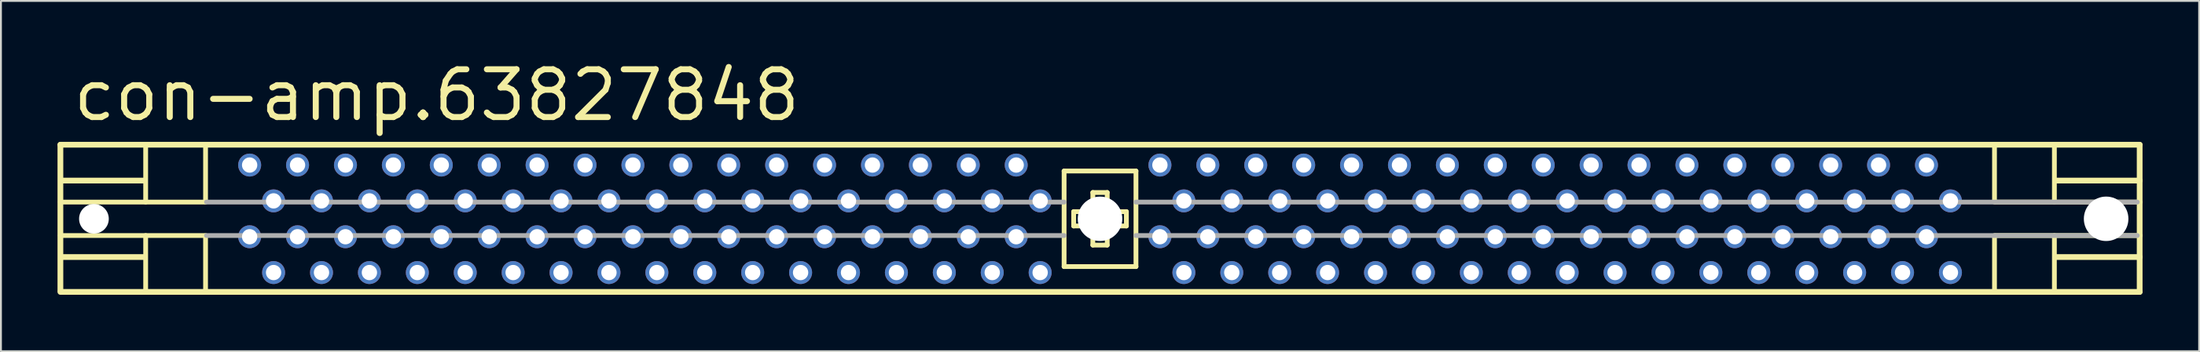
<source format=kicad_pcb>
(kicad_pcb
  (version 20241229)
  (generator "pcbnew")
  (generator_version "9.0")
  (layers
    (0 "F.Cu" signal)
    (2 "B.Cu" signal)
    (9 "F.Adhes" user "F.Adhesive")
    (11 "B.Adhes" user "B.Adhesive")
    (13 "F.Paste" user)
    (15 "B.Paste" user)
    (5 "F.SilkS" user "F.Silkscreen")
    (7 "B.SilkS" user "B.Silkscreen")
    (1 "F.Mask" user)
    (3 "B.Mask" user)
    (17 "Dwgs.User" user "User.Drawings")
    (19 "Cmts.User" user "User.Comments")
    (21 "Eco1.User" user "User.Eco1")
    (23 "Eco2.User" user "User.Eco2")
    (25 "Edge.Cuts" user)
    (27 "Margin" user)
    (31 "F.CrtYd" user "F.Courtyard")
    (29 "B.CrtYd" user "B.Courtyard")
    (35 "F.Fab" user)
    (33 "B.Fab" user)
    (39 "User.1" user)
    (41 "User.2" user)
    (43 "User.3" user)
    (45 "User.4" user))
  (footprint "con-amp.63827848"
    (layer "F.Cu")
    (at 55.27 8.58)
    (property "Reference" "con-amp.63827848" (at -54.61 -5.08 0) (layer "F.SilkS") (effects (font (size 2.54 2.54) (thickness 0.32)) (justify left bottom)))
    (attr through_hole)
    (fp_line (start -55.118 -3.937) (end -55.118 3.81) (stroke (width 0.305) (type default)) (layer "F.SilkS"))
    (fp_line (start -55.118 -3.937) (end 55.118 -3.937) (stroke (width 0.305) (type default)) (layer "F.SilkS"))
    (fp_line (start -55.118 -0.889) (end -47.498 -0.889) (stroke (width 0.254) (type default)) (layer "F.SilkS"))
    (fp_line (start -55.118 0.889) (end -47.498 0.889) (stroke (width 0.254) (type default)) (layer "F.SilkS"))
    (fp_line (start -54.991 -2.032) (end -50.673 -2.032) (stroke (width 0.305) (type default)) (layer "F.SilkS"))
    (fp_line (start -54.991 2.032) (end -50.673 2.032) (stroke (width 0.305) (type default)) (layer "F.SilkS"))
    (fp_line (start -50.597 -3.861) (end -50.597 -0.889) (stroke (width 0.254) (type default)) (layer "F.SilkS"))
    (fp_line (start -50.597 0.889) (end -50.597 3.81) (stroke (width 0.254) (type default)) (layer "F.SilkS"))
    (fp_line (start -47.422 -3.861) (end -47.422 -0.889) (stroke (width 0.254) (type default)) (layer "F.SilkS"))
    (fp_line (start -47.422 0.889) (end -47.422 3.81) (stroke (width 0.254) (type default)) (layer "F.SilkS"))
    (fp_line (start -1.905 -2.54) (end -1.905 2.54) (stroke (width 0.254) (type default)) (layer "F.SilkS"))
    (fp_line (start -1.905 2.54) (end 1.905 2.54) (stroke (width 0.254) (type default)) (layer "F.SilkS"))
    (fp_line (start -1.397 -0.381) (end -1.397 0.381) (stroke (width 0.254) (type default)) (layer "F.SilkS"))
    (fp_line (start -1.397 0.381) (end -0.381 0.381) (stroke (width 0.254) (type default)) (layer "F.SilkS"))
    (fp_line (start -0.381 -1.397) (end -0.381 -0.381) (stroke (width 0.254) (type default)) (layer "F.SilkS"))
    (fp_line (start -0.381 -0.381) (end -1.397 -0.381) (stroke (width 0.254) (type default)) (layer "F.SilkS"))
    (fp_line (start -0.381 0.381) (end -0.381 1.397) (stroke (width 0.254) (type default)) (layer "F.SilkS"))
    (fp_line (start -0.381 1.397) (end 0.381 1.397) (stroke (width 0.254) (type default)) (layer "F.SilkS"))
    (fp_line (start 0.381 -1.397) (end -0.381 -1.397) (stroke (width 0.254) (type default)) (layer "F.SilkS"))
    (fp_line (start 0.381 -0.381) (end 0.381 -1.397) (stroke (width 0.254) (type default)) (layer "F.SilkS"))
    (fp_line (start 0.381 0.381) (end 1.397 0.381) (stroke (width 0.254) (type default)) (layer "F.SilkS"))
    (fp_line (start 0.381 1.397) (end 0.381 0.381) (stroke (width 0.254) (type default)) (layer "F.SilkS"))
    (fp_line (start 1.397 -0.381) (end 0.381 -0.381) (stroke (width 0.254) (type default)) (layer "F.SilkS"))
    (fp_line (start 1.397 0.381) (end 1.397 -0.381) (stroke (width 0.254) (type default)) (layer "F.SilkS"))
    (fp_line (start 1.905 -2.54) (end -1.905 -2.54) (stroke (width 0.254) (type default)) (layer "F.SilkS"))
    (fp_line (start 1.905 2.54) (end 1.905 -2.54) (stroke (width 0.254) (type default)) (layer "F.SilkS"))
    (fp_line (start 47.422 -3.861) (end 47.422 -0.889) (stroke (width 0.254) (type default)) (layer "F.SilkS"))
    (fp_line (start 47.422 0.889) (end 47.422 3.81) (stroke (width 0.254) (type default)) (layer "F.SilkS"))
    (fp_line (start 50.597 -3.861) (end 50.597 -0.889) (stroke (width 0.254) (type default)) (layer "F.SilkS"))
    (fp_line (start 50.597 0.889) (end 50.597 3.81) (stroke (width 0.254) (type default)) (layer "F.SilkS"))
    (fp_line (start 55.118 -3.937) (end 55.118 -2.032) (stroke (width 0.305) (type default)) (layer "F.SilkS"))
    (fp_line (start 55.118 -2.032) (end 50.673 -2.032) (stroke (width 0.305) (type default)) (layer "F.SilkS"))
    (fp_line (start 55.118 -2.032) (end 55.118 -0.889) (stroke (width 0.305) (type default)) (layer "F.SilkS"))
    (fp_line (start 55.118 -0.889) (end 47.498 -0.889) (stroke (width 0.254) (type default)) (layer "F.SilkS"))
    (fp_line (start 55.118 -0.889) (end 55.118 0.889) (stroke (width 0.305) (type default)) (layer "F.SilkS"))
    (fp_line (start 55.118 0.889) (end 47.498 0.889) (stroke (width 0.254) (type default)) (layer "F.SilkS"))
    (fp_line (start 55.118 0.889) (end 55.118 2.032) (stroke (width 0.305) (type default)) (layer "F.SilkS"))
    (fp_line (start 55.118 2.032) (end 50.673 2.032) (stroke (width 0.305) (type default)) (layer "F.SilkS"))
    (fp_line (start 55.118 2.032) (end 55.118 3.886) (stroke (width 0.305) (type default)) (layer "F.SilkS"))
    (fp_line (start 55.118 3.886) (end -55.118 3.886) (stroke (width 0.305) (type default)) (layer "F.SilkS"))
    (fp_line (start -47.371 -0.889) (end -1.905 -0.889) (stroke (width 0.254) (type default)) (layer "F.Fab"))
    (fp_line (start -47.371 0.889) (end -1.905 0.889) (stroke (width 0.254) (type default)) (layer "F.Fab"))
    (fp_line (start 1.905 -0.889) (end 54.991 -0.889) (stroke (width 0.254) (type default)) (layer "F.Fab"))
    (fp_line (start 1.905 0.889) (end 54.991 0.889) (stroke (width 0.254) (type default)) (layer "F.Fab"))
    (pad "" np_thru_hole circle (at -53.34 0) (size 1.575 1.575) (drill 1.575) (layers "*.Cu" "*.Mask"))
    (pad "" np_thru_hole circle (at 0 0) (size 2.362 2.362) (drill 2.362) (layers "*.Cu" "*.Mask"))
    (pad "" np_thru_hole circle (at 53.34 0) (size 2.362 2.362) (drill 2.362) (layers "*.Cu" "*.Mask"))
    (pad "1" thru_hole circle (at -45.085 0.953) (size 1.219 1.219) (drill 0.813) (layers "*.Cu" "*.Mask"))
    (pad "2" thru_hole circle (at -43.815 2.857) (size 1.219 1.219) (drill 0.813) (layers "*.Cu" "*.Mask"))
    (pad "3" thru_hole circle (at -42.545 0.953) (size 1.219 1.219) (drill 0.813) (layers "*.Cu" "*.Mask"))
    (pad "4" thru_hole circle (at -41.275 2.857) (size 1.219 1.219) (drill 0.813) (layers "*.Cu" "*.Mask"))
    (pad "5" thru_hole circle (at -40.005 0.953) (size 1.219 1.219) (drill 0.813) (layers "*.Cu" "*.Mask"))
    (pad "6" thru_hole circle (at -38.735 2.857) (size 1.219 1.219) (drill 0.813) (layers "*.Cu" "*.Mask"))
    (pad "7" thru_hole circle (at -37.465 0.953) (size 1.219 1.219) (drill 0.813) (layers "*.Cu" "*.Mask"))
    (pad "8" thru_hole circle (at -36.195 2.857) (size 1.219 1.219) (drill 0.813) (layers "*.Cu" "*.Mask"))
    (pad "9" thru_hole circle (at -34.925 0.953) (size 1.219 1.219) (drill 0.813) (layers "*.Cu" "*.Mask"))
    (pad "10" thru_hole circle (at -33.655 2.857) (size 1.219 1.219) (drill 0.813) (layers "*.Cu" "*.Mask"))
    (pad "11" thru_hole circle (at -32.385 0.953) (size 1.219 1.219) (drill 0.813) (layers "*.Cu" "*.Mask"))
    (pad "12" thru_hole circle (at -31.115 2.857) (size 1.219 1.219) (drill 0.813) (layers "*.Cu" "*.Mask"))
    (pad "13" thru_hole circle (at -29.845 0.953) (size 1.219 1.219) (drill 0.813) (layers "*.Cu" "*.Mask"))
    (pad "14" thru_hole circle (at -28.575 2.857) (size 1.219 1.219) (drill 0.813) (layers "*.Cu" "*.Mask"))
    (pad "15" thru_hole circle (at -27.305 0.953) (size 1.219 1.219) (drill 0.813) (layers "*.Cu" "*.Mask"))
    (pad "16" thru_hole circle (at -26.035 2.857) (size 1.219 1.219) (drill 0.813) (layers "*.Cu" "*.Mask"))
    (pad "17" thru_hole circle (at -24.765 0.953) (size 1.219 1.219) (drill 0.813) (layers "*.Cu" "*.Mask"))
    (pad "18" thru_hole circle (at -23.495 2.857) (size 1.219 1.219) (drill 0.813) (layers "*.Cu" "*.Mask"))
    (pad "19" thru_hole circle (at -22.225 0.953) (size 1.219 1.219) (drill 0.813) (layers "*.Cu" "*.Mask"))
    (pad "20" thru_hole circle (at -20.955 2.857) (size 1.219 1.219) (drill 0.813) (layers "*.Cu" "*.Mask"))
    (pad "21" thru_hole circle (at -19.685 0.953) (size 1.219 1.219) (drill 0.813) (layers "*.Cu" "*.Mask"))
    (pad "22" thru_hole circle (at -18.415 2.857) (size 1.219 1.219) (drill 0.813) (layers "*.Cu" "*.Mask"))
    (pad "23" thru_hole circle (at -17.145 0.953) (size 1.219 1.219) (drill 0.813) (layers "*.Cu" "*.Mask"))
    (pad "24" thru_hole circle (at -15.875 2.857) (size 1.219 1.219) (drill 0.813) (layers "*.Cu" "*.Mask"))
    (pad "25" thru_hole circle (at -14.605 0.953) (size 1.219 1.219) (drill 0.813) (layers "*.Cu" "*.Mask"))
    (pad "26" thru_hole circle (at -13.335 2.857) (size 1.219 1.219) (drill 0.813) (layers "*.Cu" "*.Mask"))
    (pad "27" thru_hole circle (at -12.065 0.953) (size 1.219 1.219) (drill 0.813) (layers "*.Cu" "*.Mask"))
    (pad "28" thru_hole circle (at -10.795 2.857) (size 1.219 1.219) (drill 0.813) (layers "*.Cu" "*.Mask"))
    (pad "29" thru_hole circle (at -9.525 0.953) (size 1.219 1.219) (drill 0.813) (layers "*.Cu" "*.Mask"))
    (pad "30" thru_hole circle (at -8.255 2.857) (size 1.219 1.219) (drill 0.813) (layers "*.Cu" "*.Mask"))
    (pad "31" thru_hole circle (at -6.985 0.953) (size 1.219 1.219) (drill 0.813) (layers "*.Cu" "*.Mask"))
    (pad "32" thru_hole circle (at -5.715 2.857) (size 1.219 1.219) (drill 0.813) (layers "*.Cu" "*.Mask"))
    (pad "33" thru_hole circle (at -4.445 0.953) (size 1.219 1.219) (drill 0.813) (layers "*.Cu" "*.Mask"))
    (pad "34" thru_hole circle (at -3.175 2.857) (size 1.219 1.219) (drill 0.813) (layers "*.Cu" "*.Mask"))
    (pad "35" thru_hole circle (at 3.175 0.953) (size 1.219 1.219) (drill 0.813) (layers "*.Cu" "*.Mask"))
    (pad "36" thru_hole circle (at 4.445 2.857) (size 1.219 1.219) (drill 0.813) (layers "*.Cu" "*.Mask"))
    (pad "37" thru_hole circle (at 5.715 0.953) (size 1.219 1.219) (drill 0.813) (layers "*.Cu" "*.Mask"))
    (pad "38" thru_hole circle (at 6.985 2.857) (size 1.219 1.219) (drill 0.813) (layers "*.Cu" "*.Mask"))
    (pad "39" thru_hole circle (at 8.255 0.953) (size 1.219 1.219) (drill 0.813) (layers "*.Cu" "*.Mask"))
    (pad "40" thru_hole circle (at 9.525 2.857) (size 1.219 1.219) (drill 0.813) (layers "*.Cu" "*.Mask"))
    (pad "41" thru_hole circle (at 10.795 0.953) (size 1.219 1.219) (drill 0.813) (layers "*.Cu" "*.Mask"))
    (pad "42" thru_hole circle (at 12.065 2.857) (size 1.219 1.219) (drill 0.813) (layers "*.Cu" "*.Mask"))
    (pad "43" thru_hole circle (at 13.335 0.953) (size 1.219 1.219) (drill 0.813) (layers "*.Cu" "*.Mask"))
    (pad "44" thru_hole circle (at 14.605 2.857) (size 1.219 1.219) (drill 0.813) (layers "*.Cu" "*.Mask"))
    (pad "45" thru_hole circle (at 15.875 0.953) (size 1.219 1.219) (drill 0.813) (layers "*.Cu" "*.Mask"))
    (pad "46" thru_hole circle (at 17.145 2.857) (size 1.219 1.219) (drill 0.813) (layers "*.Cu" "*.Mask"))
    (pad "47" thru_hole circle (at 18.415 0.953) (size 1.219 1.219) (drill 0.813) (layers "*.Cu" "*.Mask"))
    (pad "48" thru_hole circle (at 19.685 2.857) (size 1.219 1.219) (drill 0.813) (layers "*.Cu" "*.Mask"))
    (pad "49" thru_hole circle (at 20.955 0.953) (size 1.219 1.219) (drill 0.813) (layers "*.Cu" "*.Mask"))
    (pad "50" thru_hole circle (at 22.225 2.857) (size 1.219 1.219) (drill 0.813) (layers "*.Cu" "*.Mask"))
    (pad "51" thru_hole circle (at 23.495 0.953) (size 1.219 1.219) (drill 0.813) (layers "*.Cu" "*.Mask"))
    (pad "52" thru_hole circle (at 24.765 2.857) (size 1.219 1.219) (drill 0.813) (layers "*.Cu" "*.Mask"))
    (pad "53" thru_hole circle (at 26.035 0.953) (size 1.219 1.219) (drill 0.813) (layers "*.Cu" "*.Mask"))
    (pad "54" thru_hole circle (at 27.305 2.857) (size 1.219 1.219) (drill 0.813) (layers "*.Cu" "*.Mask"))
    (pad "55" thru_hole circle (at 28.575 0.953) (size 1.219 1.219) (drill 0.813) (layers "*.Cu" "*.Mask"))
    (pad "56" thru_hole circle (at 29.845 2.857) (size 1.219 1.219) (drill 0.813) (layers "*.Cu" "*.Mask"))
    (pad "57" thru_hole circle (at 31.115 0.953) (size 1.219 1.219) (drill 0.813) (layers "*.Cu" "*.Mask"))
    (pad "58" thru_hole circle (at 32.385 2.857) (size 1.219 1.219) (drill 0.813) (layers "*.Cu" "*.Mask"))
    (pad "59" thru_hole circle (at 33.655 0.953) (size 1.219 1.219) (drill 0.813) (layers "*.Cu" "*.Mask"))
    (pad "60" thru_hole circle (at 34.925 2.857) (size 1.219 1.219) (drill 0.813) (layers "*.Cu" "*.Mask"))
    (pad "61" thru_hole circle (at 36.195 0.953) (size 1.219 1.219) (drill 0.813) (layers "*.Cu" "*.Mask"))
    (pad "62" thru_hole circle (at 37.465 2.857) (size 1.219 1.219) (drill 0.813) (layers "*.Cu" "*.Mask"))
    (pad "63" thru_hole circle (at 38.735 0.953) (size 1.219 1.219) (drill 0.813) (layers "*.Cu" "*.Mask"))
    (pad "64" thru_hole circle (at 40.005 2.857) (size 1.219 1.219) (drill 0.813) (layers "*.Cu" "*.Mask"))
    (pad "65" thru_hole circle (at 41.275 0.953) (size 1.219 1.219) (drill 0.813) (layers "*.Cu" "*.Mask"))
    (pad "66" thru_hole circle (at 42.545 2.857) (size 1.219 1.219) (drill 0.813) (layers "*.Cu" "*.Mask"))
    (pad "67" thru_hole circle (at 43.815 0.953) (size 1.219 1.219) (drill 0.813) (layers "*.Cu" "*.Mask"))
    (pad "68" thru_hole circle (at 45.085 2.857) (size 1.219 1.219) (drill 0.813) (layers "*.Cu" "*.Mask"))
    (pad "69" thru_hole circle (at -45.085 -2.857) (size 1.219 1.219) (drill 0.813) (layers "*.Cu" "*.Mask"))
    (pad "70" thru_hole circle (at -43.815 -0.953) (size 1.219 1.219) (drill 0.813) (layers "*.Cu" "*.Mask"))
    (pad "71" thru_hole circle (at -42.545 -2.857) (size 1.219 1.219) (drill 0.813) (layers "*.Cu" "*.Mask"))
    (pad "72" thru_hole circle (at -41.275 -0.953) (size 1.219 1.219) (drill 0.813) (layers "*.Cu" "*.Mask"))
    (pad "73" thru_hole circle (at -40.005 -2.857) (size 1.219 1.219) (drill 0.813) (layers "*.Cu" "*.Mask"))
    (pad "74" thru_hole circle (at -38.735 -0.953) (size 1.219 1.219) (drill 0.813) (layers "*.Cu" "*.Mask"))
    (pad "75" thru_hole circle (at -37.465 -2.857) (size 1.219 1.219) (drill 0.813) (layers "*.Cu" "*.Mask"))
    (pad "76" thru_hole circle (at -36.195 -0.953) (size 1.219 1.219) (drill 0.813) (layers "*.Cu" "*.Mask"))
    (pad "77" thru_hole circle (at -34.925 -2.857) (size 1.219 1.219) (drill 0.813) (layers "*.Cu" "*.Mask"))
    (pad "78" thru_hole circle (at -33.655 -0.953) (size 1.219 1.219) (drill 0.813) (layers "*.Cu" "*.Mask"))
    (pad "79" thru_hole circle (at -32.385 -2.857) (size 1.219 1.219) (drill 0.813) (layers "*.Cu" "*.Mask"))
    (pad "80" thru_hole circle (at -31.115 -0.953) (size 1.219 1.219) (drill 0.813) (layers "*.Cu" "*.Mask"))
    (pad "81" thru_hole circle (at -29.845 -2.857) (size 1.219 1.219) (drill 0.813) (layers "*.Cu" "*.Mask"))
    (pad "82" thru_hole circle (at -28.575 -0.953) (size 1.219 1.219) (drill 0.813) (layers "*.Cu" "*.Mask"))
    (pad "83" thru_hole circle (at -27.305 -2.857) (size 1.219 1.219) (drill 0.813) (layers "*.Cu" "*.Mask"))
    (pad "84" thru_hole circle (at -26.035 -0.953) (size 1.219 1.219) (drill 0.813) (layers "*.Cu" "*.Mask"))
    (pad "85" thru_hole circle (at -24.765 -2.857) (size 1.219 1.219) (drill 0.813) (layers "*.Cu" "*.Mask"))
    (pad "86" thru_hole circle (at -23.495 -0.953) (size 1.219 1.219) (drill 0.813) (layers "*.Cu" "*.Mask"))
    (pad "87" thru_hole circle (at -22.225 -2.857) (size 1.219 1.219) (drill 0.813) (layers "*.Cu" "*.Mask"))
    (pad "88" thru_hole circle (at -20.955 -0.953) (size 1.219 1.219) (drill 0.813) (layers "*.Cu" "*.Mask"))
    (pad "89" thru_hole circle (at -19.685 -2.857) (size 1.219 1.219) (drill 0.813) (layers "*.Cu" "*.Mask"))
    (pad "90" thru_hole circle (at -18.415 -0.953) (size 1.219 1.219) (drill 0.813) (layers "*.Cu" "*.Mask"))
    (pad "91" thru_hole circle (at -17.145 -2.857) (size 1.219 1.219) (drill 0.813) (layers "*.Cu" "*.Mask"))
    (pad "92" thru_hole circle (at -15.875 -0.953) (size 1.219 1.219) (drill 0.813) (layers "*.Cu" "*.Mask"))
    (pad "93" thru_hole circle (at -14.605 -2.857) (size 1.219 1.219) (drill 0.813) (layers "*.Cu" "*.Mask"))
    (pad "94" thru_hole circle (at -13.335 -0.953) (size 1.219 1.219) (drill 0.813) (layers "*.Cu" "*.Mask"))
    (pad "95" thru_hole circle (at -12.065 -2.857) (size 1.219 1.219) (drill 0.813) (layers "*.Cu" "*.Mask"))
    (pad "96" thru_hole circle (at -10.795 -0.953) (size 1.219 1.219) (drill 0.813) (layers "*.Cu" "*.Mask"))
    (pad "97" thru_hole circle (at -9.525 -2.857) (size 1.219 1.219) (drill 0.813) (layers "*.Cu" "*.Mask"))
    (pad "98" thru_hole circle (at -8.255 -0.953) (size 1.219 1.219) (drill 0.813) (layers "*.Cu" "*.Mask"))
    (pad "99" thru_hole circle (at -6.985 -2.857) (size 1.219 1.219) (drill 0.813) (layers "*.Cu" "*.Mask"))
    (pad "100" thru_hole circle (at -5.715 -0.953) (size 1.219 1.219) (drill 0.813) (layers "*.Cu" "*.Mask"))
    (pad "101" thru_hole circle (at -4.445 -2.857) (size 1.219 1.219) (drill 0.813) (layers "*.Cu" "*.Mask"))
    (pad "102" thru_hole circle (at -3.175 -0.953) (size 1.219 1.219) (drill 0.813) (layers "*.Cu" "*.Mask"))
    (pad "103" thru_hole circle (at 3.175 -2.857) (size 1.219 1.219) (drill 0.813) (layers "*.Cu" "*.Mask"))
    (pad "104" thru_hole circle (at 4.445 -0.953) (size 1.219 1.219) (drill 0.813) (layers "*.Cu" "*.Mask"))
    (pad "105" thru_hole circle (at 5.715 -2.857) (size 1.219 1.219) (drill 0.813) (layers "*.Cu" "*.Mask"))
    (pad "106" thru_hole circle (at 6.985 -0.953) (size 1.219 1.219) (drill 0.813) (layers "*.Cu" "*.Mask"))
    (pad "107" thru_hole circle (at 8.255 -2.857) (size 1.219 1.219) (drill 0.813) (layers "*.Cu" "*.Mask"))
    (pad "108" thru_hole circle (at 9.525 -0.953) (size 1.219 1.219) (drill 0.813) (layers "*.Cu" "*.Mask"))
    (pad "109" thru_hole circle (at 10.795 -2.857) (size 1.219 1.219) (drill 0.813) (layers "*.Cu" "*.Mask"))
    (pad "110" thru_hole circle (at 12.065 -0.953) (size 1.219 1.219) (drill 0.813) (layers "*.Cu" "*.Mask"))
    (pad "111" thru_hole circle (at 13.335 -2.857) (size 1.219 1.219) (drill 0.813) (layers "*.Cu" "*.Mask"))
    (pad "112" thru_hole circle (at 14.605 -0.953) (size 1.219 1.219) (drill 0.813) (layers "*.Cu" "*.Mask"))
    (pad "113" thru_hole circle (at 15.875 -2.857) (size 1.219 1.219) (drill 0.813) (layers "*.Cu" "*.Mask"))
    (pad "114" thru_hole circle (at 17.145 -0.953) (size 1.219 1.219) (drill 0.813) (layers "*.Cu" "*.Mask"))
    (pad "115" thru_hole circle (at 18.415 -2.857) (size 1.219 1.219) (drill 0.813) (layers "*.Cu" "*.Mask"))
    (pad "116" thru_hole circle (at 19.685 -0.953) (size 1.219 1.219) (drill 0.813) (layers "*.Cu" "*.Mask"))
    (pad "117" thru_hole circle (at 20.955 -2.857) (size 1.219 1.219) (drill 0.813) (layers "*.Cu" "*.Mask"))
    (pad "118" thru_hole circle (at 22.225 -0.953) (size 1.219 1.219) (drill 0.813) (layers "*.Cu" "*.Mask"))
    (pad "119" thru_hole circle (at 23.495 -2.857) (size 1.219 1.219) (drill 0.813) (layers "*.Cu" "*.Mask"))
    (pad "120" thru_hole circle (at 24.765 -0.953) (size 1.219 1.219) (drill 0.813) (layers "*.Cu" "*.Mask"))
    (pad "121" thru_hole circle (at 26.035 -2.857) (size 1.219 1.219) (drill 0.813) (layers "*.Cu" "*.Mask"))
    (pad "122" thru_hole circle (at 27.305 -0.953) (size 1.219 1.219) (drill 0.813) (layers "*.Cu" "*.Mask"))
    (pad "123" thru_hole circle (at 28.575 -2.857) (size 1.219 1.219) (drill 0.813) (layers "*.Cu" "*.Mask"))
    (pad "124" thru_hole circle (at 29.845 -0.953) (size 1.219 1.219) (drill 0.813) (layers "*.Cu" "*.Mask"))
    (pad "125" thru_hole circle (at 31.115 -2.857) (size 1.219 1.219) (drill 0.813) (layers "*.Cu" "*.Mask"))
    (pad "126" thru_hole circle (at 32.385 -0.953) (size 1.219 1.219) (drill 0.813) (layers "*.Cu" "*.Mask"))
    (pad "127" thru_hole circle (at 33.655 -2.857) (size 1.219 1.219) (drill 0.813) (layers "*.Cu" "*.Mask"))
    (pad "128" thru_hole circle (at 34.925 -0.953) (size 1.219 1.219) (drill 0.813) (layers "*.Cu" "*.Mask"))
    (pad "129" thru_hole circle (at 36.195 -2.857) (size 1.219 1.219) (drill 0.813) (layers "*.Cu" "*.Mask"))
    (pad "130" thru_hole circle (at 37.465 -0.953) (size 1.219 1.219) (drill 0.813) (layers "*.Cu" "*.Mask"))
    (pad "131" thru_hole circle (at 38.735 -2.857) (size 1.219 1.219) (drill 0.813) (layers "*.Cu" "*.Mask"))
    (pad "132" thru_hole circle (at 40.005 -0.953) (size 1.219 1.219) (drill 0.813) (layers "*.Cu" "*.Mask"))
    (pad "133" thru_hole circle (at 41.275 -2.857) (size 1.219 1.219) (drill 0.813) (layers "*.Cu" "*.Mask"))
    (pad "134" thru_hole circle (at 42.545 -0.953) (size 1.219 1.219) (drill 0.813) (layers "*.Cu" "*.Mask"))
    (pad "135" thru_hole circle (at 43.815 -2.857) (size 1.219 1.219) (drill 0.813) (layers "*.Cu" "*.Mask"))
    (pad "136" thru_hole circle (at 45.085 -0.953) (size 1.219 1.219) (drill 0.813) (layers "*.Cu" "*.Mask")))
  (gr_rect
    (start -3 -3)
    (end 113.541 15.619)
    (stroke (width 0.1) (type default))
    (fill no)
    (layer "Edge.Cuts")))
</source>
